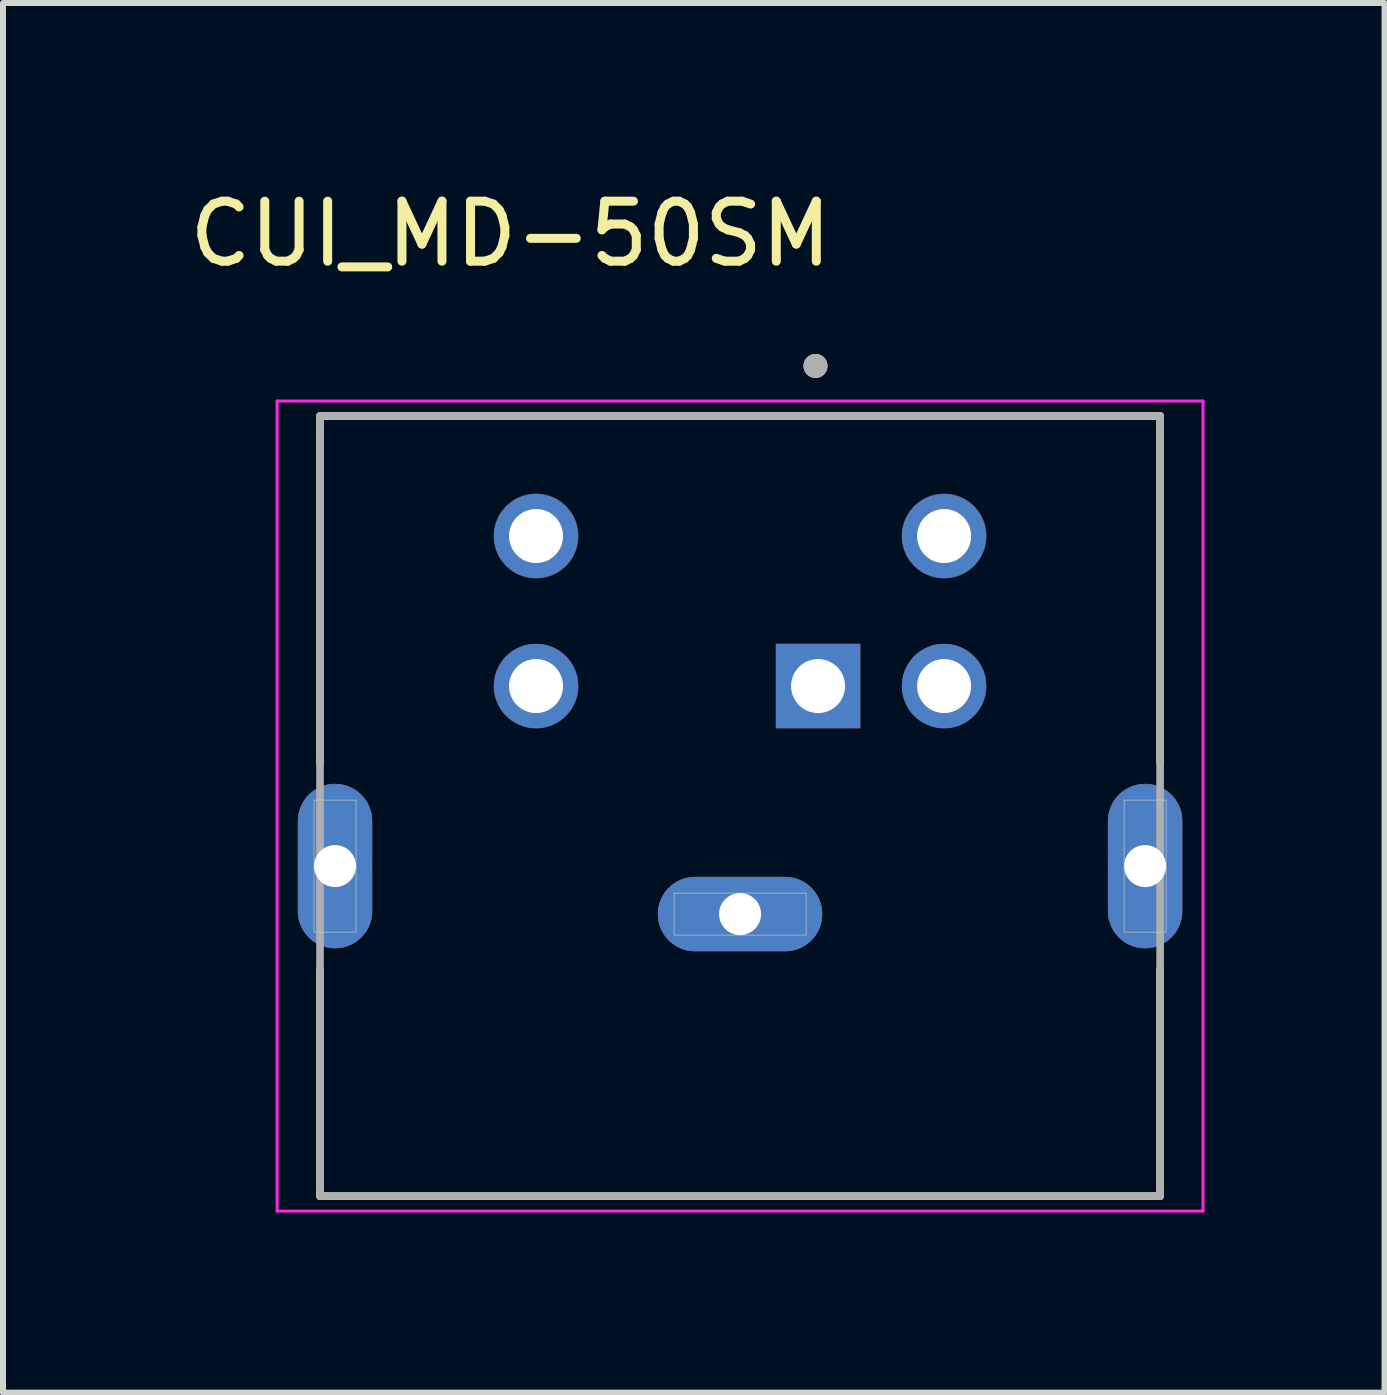
<source format=kicad_pcb>
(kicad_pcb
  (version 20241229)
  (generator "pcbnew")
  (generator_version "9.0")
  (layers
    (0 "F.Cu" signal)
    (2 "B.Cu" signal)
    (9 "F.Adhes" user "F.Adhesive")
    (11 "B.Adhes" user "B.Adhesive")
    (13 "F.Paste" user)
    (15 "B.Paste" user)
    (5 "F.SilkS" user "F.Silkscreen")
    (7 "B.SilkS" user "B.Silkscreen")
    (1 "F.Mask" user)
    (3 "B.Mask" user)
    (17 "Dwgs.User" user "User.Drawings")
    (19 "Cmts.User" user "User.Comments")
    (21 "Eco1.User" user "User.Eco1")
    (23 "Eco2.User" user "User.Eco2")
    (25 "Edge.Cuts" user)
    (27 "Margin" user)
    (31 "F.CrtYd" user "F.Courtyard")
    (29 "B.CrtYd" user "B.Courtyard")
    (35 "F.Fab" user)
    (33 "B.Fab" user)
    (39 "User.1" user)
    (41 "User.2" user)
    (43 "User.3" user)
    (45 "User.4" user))
  (footprint "CUI_MD-50SM"
    (layer "F.Cu")
    (at 9.283 12.183)
    (property "Reference" "CUI_MD-50SM" (at -3.825 -11.335 0) (layer "F.SilkS") (effects (font (size 1 1) (thickness 0.15))))
    (attr through_hole)
    (fp_poly (pts (xy -6.135 -1.55) (xy -6.135 -0.05) (xy -6.136 -0.018) (xy -6.138 0.014) (xy -6.143 0.046) (xy -6.148 0.078) (xy -6.156 0.109) (xy -6.165 0.14) (xy -6.176 0.17) (xy -6.188 0.2) (xy -6.202 0.229) (xy -6.217 0.257) (xy -6.234 0.285) (xy -6.252 0.311) (xy -6.272 0.337) (xy -6.293 0.362) (xy -6.315 0.385) (xy -6.338 0.407) (xy -6.363 0.428) (xy -6.389 0.448) (xy -6.415 0.466) (xy -6.442 0.483) (xy -6.471 0.498) (xy -6.5 0.512) (xy -6.53 0.524) (xy -6.56 0.535) (xy -6.591 0.544) (xy -6.622 0.552) (xy -6.654 0.557) (xy -6.686 0.562) (xy -6.718 0.564) (xy -6.75 0.565) (xy -6.782 0.564) (xy -6.814 0.562) (xy -6.846 0.557) (xy -6.878 0.552) (xy -6.909 0.544) (xy -6.94 0.535) (xy -6.97 0.524) (xy -7 0.512) (xy -7.029 0.498) (xy -7.058 0.483) (xy -7.085 0.466) (xy -7.111 0.448) (xy -7.137 0.428) (xy -7.162 0.407) (xy -7.185 0.385) (xy -7.207 0.362) (xy -7.228 0.337) (xy -7.248 0.311) (xy -7.266 0.285) (xy -7.283 0.257) (xy -7.298 0.229) (xy -7.312 0.2) (xy -7.324 0.17) (xy -7.335 0.14) (xy -7.344 0.109) (xy -7.352 0.078) (xy -7.357 0.046) (xy -7.362 0.014) (xy -7.364 -0.018) (xy -7.365 -0.05) (xy -7.365 -1.55) (xy -7.364 -1.582) (xy -7.362 -1.614) (xy -7.357 -1.646) (xy -7.352 -1.678) (xy -7.344 -1.709) (xy -7.335 -1.74) (xy -7.324 -1.77) (xy -7.312 -1.8) (xy -7.298 -1.829) (xy -7.283 -1.857) (xy -7.266 -1.885) (xy -7.248 -1.911) (xy -7.228 -1.937) (xy -7.207 -1.962) (xy -7.185 -1.985) (xy -7.162 -2.007) (xy -7.137 -2.028) (xy -7.111 -2.048) (xy -7.085 -2.066) (xy -7.058 -2.083) (xy -7.029 -2.098) (xy -7 -2.112) (xy -6.97 -2.124) (xy -6.94 -2.135) (xy -6.909 -2.144) (xy -6.878 -2.152) (xy -6.846 -2.157) (xy -6.814 -2.162) (xy -6.782 -2.164) (xy -6.75 -2.165) (xy -6.718 -2.164) (xy -6.686 -2.162) (xy -6.654 -2.157) (xy -6.622 -2.152) (xy -6.591 -2.144) (xy -6.56 -2.135) (xy -6.53 -2.124) (xy -6.5 -2.112) (xy -6.471 -2.098) (xy -6.442 -2.083) (xy -6.415 -2.066) (xy -6.389 -2.048) (xy -6.363 -2.028) (xy -6.338 -2.007) (xy -6.315 -1.985) (xy -6.293 -1.962) (xy -6.272 -1.937) (xy -6.252 -1.911) (xy -6.234 -1.885) (xy -6.217 -1.857) (xy -6.202 -1.829) (xy -6.188 -1.8) (xy -6.176 -1.77) (xy -6.165 -1.74) (xy -6.156 -1.709) (xy -6.148 -1.678) (xy -6.143 -1.646) (xy -6.138 -1.614) (xy -6.136 -1.582) (xy -6.135 -1.55)) (stroke (width 0.01) (type solid)) (fill yes) (layer "F.Cu"))
    (fp_poly (pts (xy 7.365 -1.55) (xy 7.365 -0.05) (xy 7.364 -0.018) (xy 7.362 0.014) (xy 7.357 0.046) (xy 7.352 0.078) (xy 7.344 0.109) (xy 7.335 0.14) (xy 7.324 0.17) (xy 7.312 0.2) (xy 7.298 0.229) (xy 7.283 0.257) (xy 7.266 0.285) (xy 7.248 0.311) (xy 7.228 0.337) (xy 7.207 0.362) (xy 7.185 0.385) (xy 7.162 0.407) (xy 7.137 0.428) (xy 7.111 0.448) (xy 7.085 0.466) (xy 7.058 0.483) (xy 7.029 0.498) (xy 7 0.512) (xy 6.97 0.524) (xy 6.94 0.535) (xy 6.909 0.544) (xy 6.878 0.552) (xy 6.846 0.557) (xy 6.814 0.562) (xy 6.782 0.564) (xy 6.75 0.565) (xy 6.718 0.564) (xy 6.686 0.562) (xy 6.654 0.557) (xy 6.622 0.552) (xy 6.591 0.544) (xy 6.56 0.535) (xy 6.53 0.524) (xy 6.5 0.512) (xy 6.471 0.498) (xy 6.442 0.483) (xy 6.415 0.466) (xy 6.389 0.448) (xy 6.363 0.428) (xy 6.338 0.407) (xy 6.315 0.385) (xy 6.293 0.362) (xy 6.272 0.337) (xy 6.252 0.311) (xy 6.234 0.285) (xy 6.217 0.257) (xy 6.202 0.229) (xy 6.188 0.2) (xy 6.176 0.17) (xy 6.165 0.14) (xy 6.156 0.109) (xy 6.148 0.078) (xy 6.143 0.046) (xy 6.138 0.014) (xy 6.136 -0.018) (xy 6.135 -0.05) (xy 6.135 -1.55) (xy 6.136 -1.582) (xy 6.138 -1.614) (xy 6.143 -1.646) (xy 6.148 -1.678) (xy 6.156 -1.709) (xy 6.165 -1.74) (xy 6.176 -1.77) (xy 6.188 -1.8) (xy 6.202 -1.829) (xy 6.217 -1.857) (xy 6.234 -1.885) (xy 6.252 -1.911) (xy 6.272 -1.937) (xy 6.293 -1.962) (xy 6.315 -1.985) (xy 6.338 -2.007) (xy 6.363 -2.028) (xy 6.389 -2.048) (xy 6.415 -2.066) (xy 6.442 -2.083) (xy 6.471 -2.098) (xy 6.5 -2.112) (xy 6.53 -2.124) (xy 6.56 -2.135) (xy 6.591 -2.144) (xy 6.622 -2.152) (xy 6.654 -2.157) (xy 6.686 -2.162) (xy 6.718 -2.164) (xy 6.75 -2.165) (xy 6.782 -2.164) (xy 6.814 -2.162) (xy 6.846 -2.157) (xy 6.878 -2.152) (xy 6.909 -2.144) (xy 6.94 -2.135) (xy 6.97 -2.124) (xy 7 -2.112) (xy 7.029 -2.098) (xy 7.058 -2.083) (xy 7.085 -2.066) (xy 7.111 -2.048) (xy 7.137 -2.028) (xy 7.162 -2.007) (xy 7.185 -1.985) (xy 7.207 -1.962) (xy 7.228 -1.937) (xy 7.248 -1.911) (xy 7.266 -1.885) (xy 7.283 -1.857) (xy 7.298 -1.829) (xy 7.312 -1.8) (xy 7.324 -1.77) (xy 7.335 -1.74) (xy 7.344 -1.709) (xy 7.352 -1.678) (xy 7.357 -1.646) (xy 7.362 -1.614) (xy 7.364 -1.582) (xy 7.365 -1.55)) (stroke (width 0.01) (type solid)) (fill yes) (layer "F.Cu"))
    (fp_poly (pts (xy 0 0.615) (xy -0.75 0.615) (xy -0.782 0.614) (xy -0.814 0.612) (xy -0.846 0.607) (xy -0.878 0.602) (xy -0.909 0.594) (xy -0.94 0.585) (xy -0.97 0.574) (xy -1 0.562) (xy -1.029 0.548) (xy -1.058 0.533) (xy -1.085 0.516) (xy -1.111 0.498) (xy -1.137 0.478) (xy -1.162 0.457) (xy -1.185 0.435) (xy -1.207 0.412) (xy -1.228 0.387) (xy -1.248 0.361) (xy -1.266 0.335) (xy -1.283 0.308) (xy -1.298 0.279) (xy -1.312 0.25) (xy -1.324 0.22) (xy -1.335 0.19) (xy -1.344 0.159) (xy -1.352 0.128) (xy -1.357 0.096) (xy -1.362 0.064) (xy -1.364 0.032) (xy -1.365 0) (xy -1.364 -0.032) (xy -1.362 -0.064) (xy -1.357 -0.096) (xy -1.352 -0.128) (xy -1.344 -0.159) (xy -1.335 -0.19) (xy -1.324 -0.22) (xy -1.312 -0.25) (xy -1.298 -0.279) (xy -1.283 -0.307) (xy -1.266 -0.335) (xy -1.248 -0.361) (xy -1.228 -0.387) (xy -1.207 -0.412) (xy -1.185 -0.435) (xy -1.162 -0.457) (xy -1.137 -0.478) (xy -1.111 -0.498) (xy -1.085 -0.516) (xy -1.058 -0.533) (xy -1.029 -0.548) (xy -1 -0.562) (xy -0.97 -0.574) (xy -0.94 -0.585) (xy -0.909 -0.594) (xy -0.878 -0.602) (xy -0.846 -0.607) (xy -0.814 -0.612) (xy -0.782 -0.614) (xy -0.75 -0.615) (xy 0 -0.615) (xy 0.75 -0.615) (xy 0.782 -0.614) (xy 0.814 -0.612) (xy 0.846 -0.607) (xy 0.878 -0.602) (xy 0.909 -0.594) (xy 0.94 -0.585) (xy 0.97 -0.574) (xy 1 -0.562) (xy 1.029 -0.548) (xy 1.058 -0.533) (xy 1.085 -0.516) (xy 1.111 -0.498) (xy 1.137 -0.478) (xy 1.162 -0.457) (xy 1.185 -0.435) (xy 1.207 -0.412) (xy 1.228 -0.387) (xy 1.248 -0.361) (xy 1.266 -0.335) (xy 1.283 -0.307) (xy 1.298 -0.279) (xy 1.312 -0.25) (xy 1.324 -0.22) (xy 1.335 -0.19) (xy 1.344 -0.159) (xy 1.352 -0.128) (xy 1.357 -0.096) (xy 1.362 -0.064) (xy 1.364 -0.032) (xy 1.365 0) (xy 1.364 0.032) (xy 1.362 0.064) (xy 1.357 0.096) (xy 1.352 0.128) (xy 1.344 0.159) (xy 1.335 0.19) (xy 1.324 0.22) (xy 1.312 0.25) (xy 1.298 0.279) (xy 1.283 0.307) (xy 1.266 0.335) (xy 1.248 0.361) (xy 1.228 0.387) (xy 1.207 0.412) (xy 1.185 0.435) (xy 1.162 0.457) (xy 1.137 0.478) (xy 1.111 0.498) (xy 1.085 0.516) (xy 1.058 0.533) (xy 1.029 0.548) (xy 1 0.562) (xy 0.97 0.574) (xy 0.94 0.585) (xy 0.909 0.594) (xy 0.878 0.602) (xy 0.846 0.607) (xy 0.814 0.612) (xy 0.782 0.614) (xy 0.75 0.615) (xy 0 0.615)) (stroke (width 0.01) (type solid)) (fill yes) (layer "F.Cu"))
    (fp_poly (pts (xy -6.035 -1.55) (xy -6.035 -0.05) (xy -6.036 -0.013) (xy -6.039 0.025) (xy -6.044 0.062) (xy -6.051 0.099) (xy -6.059 0.135) (xy -6.07 0.171) (xy -6.082 0.206) (xy -6.097 0.241) (xy -6.113 0.275) (xy -6.131 0.308) (xy -6.15 0.339) (xy -6.172 0.37) (xy -6.194 0.4) (xy -6.219 0.428) (xy -6.244 0.456) (xy -6.272 0.481) (xy -6.3 0.506) (xy -6.33 0.528) (xy -6.361 0.55) (xy -6.393 0.569) (xy -6.425 0.587) (xy -6.459 0.603) (xy -6.494 0.618) (xy -6.529 0.63) (xy -6.565 0.641) (xy -6.601 0.649) (xy -6.638 0.656) (xy -6.675 0.661) (xy -6.713 0.664) (xy -6.75 0.665) (xy -6.787 0.664) (xy -6.825 0.661) (xy -6.862 0.656) (xy -6.899 0.649) (xy -6.935 0.641) (xy -6.971 0.63) (xy -7.006 0.618) (xy -7.041 0.603) (xy -7.075 0.587) (xy -7.108 0.569) (xy -7.139 0.55) (xy -7.17 0.528) (xy -7.2 0.506) (xy -7.228 0.481) (xy -7.256 0.456) (xy -7.281 0.428) (xy -7.306 0.4) (xy -7.328 0.37) (xy -7.35 0.339) (xy -7.369 0.308) (xy -7.387 0.275) (xy -7.403 0.241) (xy -7.418 0.206) (xy -7.43 0.171) (xy -7.441 0.135) (xy -7.449 0.099) (xy -7.456 0.062) (xy -7.461 0.025) (xy -7.464 -0.013) (xy -7.465 -0.05) (xy -7.465 -1.55) (xy -7.464 -1.587) (xy -7.461 -1.625) (xy -7.456 -1.662) (xy -7.449 -1.699) (xy -7.441 -1.735) (xy -7.43 -1.771) (xy -7.418 -1.806) (xy -7.403 -1.841) (xy -7.387 -1.875) (xy -7.369 -1.908) (xy -7.35 -1.939) (xy -7.328 -1.97) (xy -7.306 -2) (xy -7.281 -2.028) (xy -7.256 -2.056) (xy -7.228 -2.081) (xy -7.2 -2.106) (xy -7.17 -2.128) (xy -7.139 -2.15) (xy -7.107 -2.169) (xy -7.075 -2.187) (xy -7.041 -2.203) (xy -7.006 -2.218) (xy -6.971 -2.23) (xy -6.935 -2.241) (xy -6.899 -2.249) (xy -6.862 -2.256) (xy -6.825 -2.261) (xy -6.787 -2.264) (xy -6.75 -2.265) (xy -6.713 -2.264) (xy -6.675 -2.261) (xy -6.638 -2.256) (xy -6.601 -2.249) (xy -6.565 -2.241) (xy -6.529 -2.23) (xy -6.494 -2.218) (xy -6.459 -2.203) (xy -6.425 -2.187) (xy -6.393 -2.169) (xy -6.361 -2.15) (xy -6.33 -2.128) (xy -6.3 -2.106) (xy -6.272 -2.081) (xy -6.244 -2.056) (xy -6.219 -2.028) (xy -6.194 -2) (xy -6.172 -1.97) (xy -6.15 -1.939) (xy -6.131 -1.908) (xy -6.113 -1.875) (xy -6.097 -1.841) (xy -6.082 -1.806) (xy -6.07 -1.771) (xy -6.059 -1.735) (xy -6.051 -1.699) (xy -6.044 -1.662) (xy -6.039 -1.625) (xy -6.036 -1.587) (xy -6.035 -1.55)) (stroke (width 0.01) (type solid)) (fill yes) (layer "F.Mask"))
    (fp_poly (pts (xy 7.465 -1.55) (xy 7.465 -0.05) (xy 7.464 -0.013) (xy 7.461 0.025) (xy 7.456 0.062) (xy 7.449 0.099) (xy 7.441 0.135) (xy 7.43 0.171) (xy 7.418 0.206) (xy 7.403 0.241) (xy 7.387 0.275) (xy 7.369 0.308) (xy 7.35 0.339) (xy 7.328 0.37) (xy 7.306 0.4) (xy 7.281 0.428) (xy 7.256 0.456) (xy 7.228 0.481) (xy 7.2 0.506) (xy 7.17 0.528) (xy 7.139 0.55) (xy 7.107 0.569) (xy 7.075 0.587) (xy 7.041 0.603) (xy 7.006 0.618) (xy 6.971 0.63) (xy 6.935 0.641) (xy 6.899 0.649) (xy 6.862 0.656) (xy 6.825 0.661) (xy 6.787 0.664) (xy 6.75 0.665) (xy 6.713 0.664) (xy 6.675 0.661) (xy 6.638 0.656) (xy 6.601 0.649) (xy 6.565 0.641) (xy 6.529 0.63) (xy 6.494 0.618) (xy 6.459 0.603) (xy 6.425 0.587) (xy 6.392 0.569) (xy 6.361 0.55) (xy 6.33 0.528) (xy 6.3 0.506) (xy 6.272 0.481) (xy 6.244 0.456) (xy 6.219 0.428) (xy 6.194 0.4) (xy 6.172 0.37) (xy 6.15 0.339) (xy 6.131 0.308) (xy 6.113 0.275) (xy 6.097 0.241) (xy 6.082 0.206) (xy 6.07 0.171) (xy 6.059 0.135) (xy 6.051 0.099) (xy 6.044 0.062) (xy 6.039 0.025) (xy 6.036 -0.013) (xy 6.035 -0.05) (xy 6.035 -1.55) (xy 6.036 -1.587) (xy 6.039 -1.625) (xy 6.044 -1.662) (xy 6.051 -1.699) (xy 6.059 -1.735) (xy 6.07 -1.771) (xy 6.082 -1.806) (xy 6.097 -1.841) (xy 6.113 -1.875) (xy 6.131 -1.908) (xy 6.15 -1.939) (xy 6.172 -1.97) (xy 6.194 -2) (xy 6.219 -2.028) (xy 6.244 -2.056) (xy 6.272 -2.081) (xy 6.3 -2.106) (xy 6.33 -2.128) (xy 6.361 -2.15) (xy 6.393 -2.169) (xy 6.425 -2.187) (xy 6.459 -2.203) (xy 6.494 -2.218) (xy 6.529 -2.23) (xy 6.565 -2.241) (xy 6.601 -2.249) (xy 6.638 -2.256) (xy 6.675 -2.261) (xy 6.713 -2.264) (xy 6.75 -2.265) (xy 6.787 -2.264) (xy 6.825 -2.261) (xy 6.862 -2.256) (xy 6.899 -2.249) (xy 6.935 -2.241) (xy 6.971 -2.23) (xy 7.006 -2.218) (xy 7.041 -2.203) (xy 7.075 -2.187) (xy 7.107 -2.169) (xy 7.139 -2.15) (xy 7.17 -2.128) (xy 7.2 -2.106) (xy 7.228 -2.081) (xy 7.256 -2.056) (xy 7.281 -2.028) (xy 7.306 -2) (xy 7.328 -1.97) (xy 7.35 -1.939) (xy 7.369 -1.908) (xy 7.387 -1.875) (xy 7.403 -1.841) (xy 7.418 -1.806) (xy 7.43 -1.771) (xy 7.441 -1.735) (xy 7.449 -1.699) (xy 7.456 -1.662) (xy 7.461 -1.625) (xy 7.464 -1.587) (xy 7.465 -1.55)) (stroke (width 0.01) (type solid)) (fill yes) (layer "F.Mask"))
    (fp_poly (pts (xy 0 0.715) (xy -0.75 0.715) (xy -0.787 0.714) (xy -0.825 0.711) (xy -0.862 0.706) (xy -0.899 0.699) (xy -0.935 0.691) (xy -0.971 0.68) (xy -1.006 0.668) (xy -1.041 0.653) (xy -1.075 0.637) (xy -1.107 0.619) (xy -1.139 0.6) (xy -1.17 0.578) (xy -1.2 0.556) (xy -1.228 0.531) (xy -1.256 0.506) (xy -1.281 0.478) (xy -1.306 0.45) (xy -1.328 0.42) (xy -1.35 0.389) (xy -1.369 0.357) (xy -1.387 0.325) (xy -1.403 0.291) (xy -1.418 0.256) (xy -1.43 0.221) (xy -1.441 0.185) (xy -1.449 0.149) (xy -1.456 0.112) (xy -1.461 0.075) (xy -1.464 0.037) (xy -1.465 0) (xy -1.464 -0.037) (xy -1.461 -0.075) (xy -1.456 -0.112) (xy -1.449 -0.149) (xy -1.441 -0.185) (xy -1.43 -0.221) (xy -1.418 -0.256) (xy -1.403 -0.291) (xy -1.387 -0.325) (xy -1.369 -0.357) (xy -1.35 -0.389) (xy -1.328 -0.42) (xy -1.306 -0.45) (xy -1.281 -0.478) (xy -1.256 -0.506) (xy -1.228 -0.531) (xy -1.2 -0.556) (xy -1.17 -0.578) (xy -1.139 -0.6) (xy -1.107 -0.619) (xy -1.075 -0.637) (xy -1.041 -0.653) (xy -1.006 -0.668) (xy -0.971 -0.68) (xy -0.935 -0.691) (xy -0.899 -0.699) (xy -0.862 -0.706) (xy -0.825 -0.711) (xy -0.787 -0.714) (xy -0.75 -0.715) (xy 0 -0.715) (xy 0.75 -0.715) (xy 0.787 -0.714) (xy 0.825 -0.711) (xy 0.862 -0.706) (xy 0.899 -0.699) (xy 0.935 -0.691) (xy 0.971 -0.68) (xy 1.006 -0.668) (xy 1.041 -0.653) (xy 1.075 -0.637) (xy 1.107 -0.619) (xy 1.139 -0.6) (xy 1.17 -0.578) (xy 1.2 -0.556) (xy 1.228 -0.531) (xy 1.256 -0.506) (xy 1.281 -0.478) (xy 1.306 -0.45) (xy 1.328 -0.42) (xy 1.35 -0.389) (xy 1.369 -0.357) (xy 1.387 -0.325) (xy 1.403 -0.291) (xy 1.418 -0.256) (xy 1.43 -0.221) (xy 1.441 -0.185) (xy 1.449 -0.149) (xy 1.456 -0.112) (xy 1.461 -0.075) (xy 1.464 -0.037) (xy 1.465 0) (xy 1.464 0.037) (xy 1.461 0.075) (xy 1.456 0.112) (xy 1.449 0.149) (xy 1.441 0.185) (xy 1.43 0.221) (xy 1.418 0.256) (xy 1.403 0.291) (xy 1.387 0.325) (xy 1.369 0.357) (xy 1.35 0.389) (xy 1.328 0.42) (xy 1.306 0.45) (xy 1.281 0.478) (xy 1.256 0.506) (xy 1.228 0.531) (xy 1.2 0.556) (xy 1.17 0.578) (xy 1.139 0.6) (xy 1.107 0.619) (xy 1.075 0.637) (xy 1.041 0.653) (xy 1.006 0.668) (xy 0.971 0.68) (xy 0.935 0.691) (xy 0.899 0.699) (xy 0.862 0.706) (xy 0.825 0.711) (xy 0.787 0.714) (xy 0.75 0.715) (xy 0 0.715)) (stroke (width 0.01) (type solid)) (fill yes) (layer "F.Mask"))
    (fp_poly (pts (xy -6.135 -1.55) (xy -6.135 -0.05) (xy -6.136 -0.018) (xy -6.138 0.014) (xy -6.143 0.046) (xy -6.148 0.078) (xy -6.156 0.109) (xy -6.165 0.14) (xy -6.176 0.17) (xy -6.188 0.2) (xy -6.202 0.229) (xy -6.217 0.257) (xy -6.234 0.285) (xy -6.252 0.311) (xy -6.272 0.337) (xy -6.293 0.362) (xy -6.315 0.385) (xy -6.338 0.407) (xy -6.363 0.428) (xy -6.389 0.448) (xy -6.415 0.466) (xy -6.442 0.483) (xy -6.471 0.498) (xy -6.5 0.512) (xy -6.53 0.524) (xy -6.56 0.535) (xy -6.591 0.544) (xy -6.622 0.552) (xy -6.654 0.557) (xy -6.686 0.562) (xy -6.718 0.564) (xy -6.75 0.565) (xy -6.782 0.564) (xy -6.814 0.562) (xy -6.846 0.557) (xy -6.878 0.552) (xy -6.909 0.544) (xy -6.94 0.535) (xy -6.97 0.524) (xy -7 0.512) (xy -7.029 0.498) (xy -7.058 0.483) (xy -7.085 0.466) (xy -7.111 0.448) (xy -7.137 0.428) (xy -7.162 0.407) (xy -7.185 0.385) (xy -7.207 0.362) (xy -7.228 0.337) (xy -7.248 0.311) (xy -7.266 0.285) (xy -7.283 0.257) (xy -7.298 0.229) (xy -7.312 0.2) (xy -7.324 0.17) (xy -7.335 0.14) (xy -7.344 0.109) (xy -7.352 0.078) (xy -7.357 0.046) (xy -7.362 0.014) (xy -7.364 -0.018) (xy -7.365 -0.05) (xy -7.365 -1.55) (xy -7.364 -1.582) (xy -7.362 -1.614) (xy -7.357 -1.646) (xy -7.352 -1.678) (xy -7.344 -1.709) (xy -7.335 -1.74) (xy -7.324 -1.77) (xy -7.312 -1.8) (xy -7.298 -1.829) (xy -7.283 -1.857) (xy -7.266 -1.885) (xy -7.248 -1.911) (xy -7.228 -1.937) (xy -7.207 -1.962) (xy -7.185 -1.985) (xy -7.162 -2.007) (xy -7.137 -2.028) (xy -7.111 -2.048) (xy -7.085 -2.066) (xy -7.058 -2.083) (xy -7.029 -2.098) (xy -7 -2.112) (xy -6.97 -2.124) (xy -6.94 -2.135) (xy -6.909 -2.144) (xy -6.878 -2.152) (xy -6.846 -2.157) (xy -6.814 -2.162) (xy -6.782 -2.164) (xy -6.75 -2.165) (xy -6.718 -2.164) (xy -6.686 -2.162) (xy -6.654 -2.157) (xy -6.622 -2.152) (xy -6.591 -2.144) (xy -6.56 -2.135) (xy -6.53 -2.124) (xy -6.5 -2.112) (xy -6.471 -2.098) (xy -6.442 -2.083) (xy -6.415 -2.066) (xy -6.389 -2.048) (xy -6.363 -2.028) (xy -6.338 -2.007) (xy -6.315 -1.985) (xy -6.293 -1.962) (xy -6.272 -1.937) (xy -6.252 -1.911) (xy -6.234 -1.885) (xy -6.217 -1.857) (xy -6.202 -1.829) (xy -6.188 -1.8) (xy -6.176 -1.77) (xy -6.165 -1.74) (xy -6.156 -1.709) (xy -6.148 -1.678) (xy -6.143 -1.646) (xy -6.138 -1.614) (xy -6.136 -1.582) (xy -6.135 -1.55)) (stroke (width 0.01) (type solid)) (fill yes) (layer "B.Cu"))
    (fp_poly (pts (xy 7.365 -1.55) (xy 7.365 -0.05) (xy 7.364 -0.018) (xy 7.362 0.014) (xy 7.357 0.046) (xy 7.352 0.078) (xy 7.344 0.109) (xy 7.335 0.14) (xy 7.324 0.17) (xy 7.312 0.2) (xy 7.298 0.229) (xy 7.283 0.257) (xy 7.266 0.285) (xy 7.248 0.311) (xy 7.228 0.337) (xy 7.207 0.362) (xy 7.185 0.385) (xy 7.162 0.407) (xy 7.137 0.428) (xy 7.111 0.448) (xy 7.085 0.466) (xy 7.058 0.483) (xy 7.029 0.498) (xy 7 0.512) (xy 6.97 0.524) (xy 6.94 0.535) (xy 6.909 0.544) (xy 6.878 0.552) (xy 6.846 0.557) (xy 6.814 0.562) (xy 6.782 0.564) (xy 6.75 0.565) (xy 6.718 0.564) (xy 6.686 0.562) (xy 6.654 0.557) (xy 6.622 0.552) (xy 6.591 0.544) (xy 6.56 0.535) (xy 6.53 0.524) (xy 6.5 0.512) (xy 6.471 0.498) (xy 6.442 0.483) (xy 6.415 0.466) (xy 6.389 0.448) (xy 6.363 0.428) (xy 6.338 0.407) (xy 6.315 0.385) (xy 6.293 0.362) (xy 6.272 0.337) (xy 6.252 0.311) (xy 6.234 0.285) (xy 6.217 0.257) (xy 6.202 0.229) (xy 6.188 0.2) (xy 6.176 0.17) (xy 6.165 0.14) (xy 6.156 0.109) (xy 6.148 0.078) (xy 6.143 0.046) (xy 6.138 0.014) (xy 6.136 -0.018) (xy 6.135 -0.05) (xy 6.135 -1.55) (xy 6.136 -1.582) (xy 6.138 -1.614) (xy 6.143 -1.646) (xy 6.148 -1.678) (xy 6.156 -1.709) (xy 6.165 -1.74) (xy 6.176 -1.77) (xy 6.188 -1.8) (xy 6.202 -1.829) (xy 6.217 -1.857) (xy 6.234 -1.885) (xy 6.252 -1.911) (xy 6.272 -1.937) (xy 6.293 -1.962) (xy 6.315 -1.985) (xy 6.338 -2.007) (xy 6.363 -2.028) (xy 6.389 -2.048) (xy 6.415 -2.066) (xy 6.442 -2.083) (xy 6.471 -2.098) (xy 6.5 -2.112) (xy 6.53 -2.124) (xy 6.56 -2.135) (xy 6.591 -2.144) (xy 6.622 -2.152) (xy 6.654 -2.157) (xy 6.686 -2.162) (xy 6.718 -2.164) (xy 6.75 -2.165) (xy 6.782 -2.164) (xy 6.814 -2.162) (xy 6.846 -2.157) (xy 6.878 -2.152) (xy 6.909 -2.144) (xy 6.94 -2.135) (xy 6.97 -2.124) (xy 7 -2.112) (xy 7.029 -2.098) (xy 7.058 -2.083) (xy 7.085 -2.066) (xy 7.111 -2.048) (xy 7.137 -2.028) (xy 7.162 -2.007) (xy 7.185 -1.985) (xy 7.207 -1.962) (xy 7.228 -1.937) (xy 7.248 -1.911) (xy 7.266 -1.885) (xy 7.283 -1.857) (xy 7.298 -1.829) (xy 7.312 -1.8) (xy 7.324 -1.77) (xy 7.335 -1.74) (xy 7.344 -1.709) (xy 7.352 -1.678) (xy 7.357 -1.646) (xy 7.362 -1.614) (xy 7.364 -1.582) (xy 7.365 -1.55)) (stroke (width 0.01) (type solid)) (fill yes) (layer "B.Cu"))
    (fp_poly (pts (xy 0 0.615) (xy -0.75 0.615) (xy -0.782 0.614) (xy -0.814 0.612) (xy -0.846 0.607) (xy -0.878 0.602) (xy -0.909 0.594) (xy -0.94 0.585) (xy -0.97 0.574) (xy -1 0.562) (xy -1.029 0.548) (xy -1.058 0.533) (xy -1.085 0.516) (xy -1.111 0.498) (xy -1.137 0.478) (xy -1.162 0.457) (xy -1.185 0.435) (xy -1.207 0.412) (xy -1.228 0.387) (xy -1.248 0.361) (xy -1.266 0.335) (xy -1.283 0.308) (xy -1.298 0.279) (xy -1.312 0.25) (xy -1.324 0.22) (xy -1.335 0.19) (xy -1.344 0.159) (xy -1.352 0.128) (xy -1.357 0.096) (xy -1.362 0.064) (xy -1.364 0.032) (xy -1.365 0) (xy -1.364 -0.032) (xy -1.362 -0.064) (xy -1.357 -0.096) (xy -1.352 -0.128) (xy -1.344 -0.159) (xy -1.335 -0.19) (xy -1.324 -0.22) (xy -1.312 -0.25) (xy -1.298 -0.279) (xy -1.283 -0.307) (xy -1.266 -0.335) (xy -1.248 -0.361) (xy -1.228 -0.387) (xy -1.207 -0.412) (xy -1.185 -0.435) (xy -1.162 -0.457) (xy -1.137 -0.478) (xy -1.111 -0.498) (xy -1.085 -0.516) (xy -1.058 -0.533) (xy -1.029 -0.548) (xy -1 -0.562) (xy -0.97 -0.574) (xy -0.94 -0.585) (xy -0.909 -0.594) (xy -0.878 -0.602) (xy -0.846 -0.607) (xy -0.814 -0.612) (xy -0.782 -0.614) (xy -0.75 -0.615) (xy 0 -0.615) (xy 0.75 -0.615) (xy 0.782 -0.614) (xy 0.814 -0.612) (xy 0.846 -0.607) (xy 0.878 -0.602) (xy 0.909 -0.594) (xy 0.94 -0.585) (xy 0.97 -0.574) (xy 1 -0.562) (xy 1.029 -0.548) (xy 1.058 -0.533) (xy 1.085 -0.516) (xy 1.111 -0.498) (xy 1.137 -0.478) (xy 1.162 -0.457) (xy 1.185 -0.435) (xy 1.207 -0.412) (xy 1.228 -0.387) (xy 1.248 -0.361) (xy 1.266 -0.335) (xy 1.283 -0.307) (xy 1.298 -0.279) (xy 1.312 -0.25) (xy 1.324 -0.22) (xy 1.335 -0.19) (xy 1.344 -0.159) (xy 1.352 -0.128) (xy 1.357 -0.096) (xy 1.362 -0.064) (xy 1.364 -0.032) (xy 1.365 0) (xy 1.364 0.032) (xy 1.362 0.064) (xy 1.357 0.096) (xy 1.352 0.128) (xy 1.344 0.159) (xy 1.335 0.19) (xy 1.324 0.22) (xy 1.312 0.25) (xy 1.298 0.279) (xy 1.283 0.307) (xy 1.266 0.335) (xy 1.248 0.361) (xy 1.228 0.387) (xy 1.207 0.412) (xy 1.185 0.435) (xy 1.162 0.457) (xy 1.137 0.478) (xy 1.111 0.498) (xy 1.085 0.516) (xy 1.058 0.533) (xy 1.029 0.548) (xy 1 0.562) (xy 0.97 0.574) (xy 0.94 0.585) (xy 0.909 0.594) (xy 0.878 0.602) (xy 0.846 0.607) (xy 0.814 0.612) (xy 0.782 0.614) (xy 0.75 0.615) (xy 0 0.615)) (stroke (width 0.01) (type solid)) (fill yes) (layer "B.Cu"))
    (fp_poly (pts (xy -6.035 -1.55) (xy -6.035 -0.05) (xy -6.036 -0.013) (xy -6.039 0.025) (xy -6.044 0.062) (xy -6.051 0.099) (xy -6.059 0.135) (xy -6.07 0.171) (xy -6.082 0.206) (xy -6.097 0.241) (xy -6.113 0.275) (xy -6.131 0.308) (xy -6.15 0.339) (xy -6.172 0.37) (xy -6.194 0.4) (xy -6.219 0.428) (xy -6.244 0.456) (xy -6.272 0.481) (xy -6.3 0.506) (xy -6.33 0.528) (xy -6.361 0.55) (xy -6.393 0.569) (xy -6.425 0.587) (xy -6.459 0.603) (xy -6.494 0.618) (xy -6.529 0.63) (xy -6.565 0.641) (xy -6.601 0.649) (xy -6.638 0.656) (xy -6.675 0.661) (xy -6.713 0.664) (xy -6.75 0.665) (xy -6.787 0.664) (xy -6.825 0.661) (xy -6.862 0.656) (xy -6.899 0.649) (xy -6.935 0.641) (xy -6.971 0.63) (xy -7.006 0.618) (xy -7.041 0.603) (xy -7.075 0.587) (xy -7.108 0.569) (xy -7.139 0.55) (xy -7.17 0.528) (xy -7.2 0.506) (xy -7.228 0.481) (xy -7.256 0.456) (xy -7.281 0.428) (xy -7.306 0.4) (xy -7.328 0.37) (xy -7.35 0.339) (xy -7.369 0.308) (xy -7.387 0.275) (xy -7.403 0.241) (xy -7.418 0.206) (xy -7.43 0.171) (xy -7.441 0.135) (xy -7.449 0.099) (xy -7.456 0.062) (xy -7.461 0.025) (xy -7.464 -0.013) (xy -7.465 -0.05) (xy -7.465 -1.55) (xy -7.464 -1.587) (xy -7.461 -1.625) (xy -7.456 -1.662) (xy -7.449 -1.699) (xy -7.441 -1.735) (xy -7.43 -1.771) (xy -7.418 -1.806) (xy -7.403 -1.841) (xy -7.387 -1.875) (xy -7.369 -1.908) (xy -7.35 -1.939) (xy -7.328 -1.97) (xy -7.306 -2) (xy -7.281 -2.028) (xy -7.256 -2.056) (xy -7.228 -2.081) (xy -7.2 -2.106) (xy -7.17 -2.128) (xy -7.139 -2.15) (xy -7.107 -2.169) (xy -7.075 -2.187) (xy -7.041 -2.203) (xy -7.006 -2.218) (xy -6.971 -2.23) (xy -6.935 -2.241) (xy -6.899 -2.249) (xy -6.862 -2.256) (xy -6.825 -2.261) (xy -6.787 -2.264) (xy -6.75 -2.265) (xy -6.713 -2.264) (xy -6.675 -2.261) (xy -6.638 -2.256) (xy -6.601 -2.249) (xy -6.565 -2.241) (xy -6.529 -2.23) (xy -6.494 -2.218) (xy -6.459 -2.203) (xy -6.425 -2.187) (xy -6.393 -2.169) (xy -6.361 -2.15) (xy -6.33 -2.128) (xy -6.3 -2.106) (xy -6.272 -2.081) (xy -6.244 -2.056) (xy -6.219 -2.028) (xy -6.194 -2) (xy -6.172 -1.97) (xy -6.15 -1.939) (xy -6.131 -1.908) (xy -6.113 -1.875) (xy -6.097 -1.841) (xy -6.082 -1.806) (xy -6.07 -1.771) (xy -6.059 -1.735) (xy -6.051 -1.699) (xy -6.044 -1.662) (xy -6.039 -1.625) (xy -6.036 -1.587) (xy -6.035 -1.55)) (stroke (width 0.01) (type solid)) (fill yes) (layer "B.Mask"))
    (fp_poly (pts (xy 7.465 -1.55) (xy 7.465 -0.05) (xy 7.464 -0.013) (xy 7.461 0.025) (xy 7.456 0.062) (xy 7.449 0.099) (xy 7.441 0.135) (xy 7.43 0.171) (xy 7.418 0.206) (xy 7.403 0.241) (xy 7.387 0.275) (xy 7.369 0.308) (xy 7.35 0.339) (xy 7.328 0.37) (xy 7.306 0.4) (xy 7.281 0.428) (xy 7.256 0.456) (xy 7.228 0.481) (xy 7.2 0.506) (xy 7.17 0.528) (xy 7.139 0.55) (xy 7.107 0.569) (xy 7.075 0.587) (xy 7.041 0.603) (xy 7.006 0.618) (xy 6.971 0.63) (xy 6.935 0.641) (xy 6.899 0.649) (xy 6.862 0.656) (xy 6.825 0.661) (xy 6.787 0.664) (xy 6.75 0.665) (xy 6.713 0.664) (xy 6.675 0.661) (xy 6.638 0.656) (xy 6.601 0.649) (xy 6.565 0.641) (xy 6.529 0.63) (xy 6.494 0.618) (xy 6.459 0.603) (xy 6.425 0.587) (xy 6.392 0.569) (xy 6.361 0.55) (xy 6.33 0.528) (xy 6.3 0.506) (xy 6.272 0.481) (xy 6.244 0.456) (xy 6.219 0.428) (xy 6.194 0.4) (xy 6.172 0.37) (xy 6.15 0.339) (xy 6.131 0.308) (xy 6.113 0.275) (xy 6.097 0.241) (xy 6.082 0.206) (xy 6.07 0.171) (xy 6.059 0.135) (xy 6.051 0.099) (xy 6.044 0.062) (xy 6.039 0.025) (xy 6.036 -0.013) (xy 6.035 -0.05) (xy 6.035 -1.55) (xy 6.036 -1.587) (xy 6.039 -1.625) (xy 6.044 -1.662) (xy 6.051 -1.699) (xy 6.059 -1.735) (xy 6.07 -1.771) (xy 6.082 -1.806) (xy 6.097 -1.841) (xy 6.113 -1.875) (xy 6.131 -1.908) (xy 6.15 -1.939) (xy 6.172 -1.97) (xy 6.194 -2) (xy 6.219 -2.028) (xy 6.244 -2.056) (xy 6.272 -2.081) (xy 6.3 -2.106) (xy 6.33 -2.128) (xy 6.361 -2.15) (xy 6.393 -2.169) (xy 6.425 -2.187) (xy 6.459 -2.203) (xy 6.494 -2.218) (xy 6.529 -2.23) (xy 6.565 -2.241) (xy 6.601 -2.249) (xy 6.638 -2.256) (xy 6.675 -2.261) (xy 6.713 -2.264) (xy 6.75 -2.265) (xy 6.787 -2.264) (xy 6.825 -2.261) (xy 6.862 -2.256) (xy 6.899 -2.249) (xy 6.935 -2.241) (xy 6.971 -2.23) (xy 7.006 -2.218) (xy 7.041 -2.203) (xy 7.075 -2.187) (xy 7.107 -2.169) (xy 7.139 -2.15) (xy 7.17 -2.128) (xy 7.2 -2.106) (xy 7.228 -2.081) (xy 7.256 -2.056) (xy 7.281 -2.028) (xy 7.306 -2) (xy 7.328 -1.97) (xy 7.35 -1.939) (xy 7.369 -1.908) (xy 7.387 -1.875) (xy 7.403 -1.841) (xy 7.418 -1.806) (xy 7.43 -1.771) (xy 7.441 -1.735) (xy 7.449 -1.699) (xy 7.456 -1.662) (xy 7.461 -1.625) (xy 7.464 -1.587) (xy 7.465 -1.55)) (stroke (width 0.01) (type solid)) (fill yes) (layer "B.Mask"))
    (fp_poly (pts (xy 0 0.715) (xy -0.75 0.715) (xy -0.787 0.714) (xy -0.825 0.711) (xy -0.862 0.706) (xy -0.899 0.699) (xy -0.935 0.691) (xy -0.971 0.68) (xy -1.006 0.668) (xy -1.041 0.653) (xy -1.075 0.637) (xy -1.107 0.619) (xy -1.139 0.6) (xy -1.17 0.578) (xy -1.2 0.556) (xy -1.228 0.531) (xy -1.256 0.506) (xy -1.281 0.478) (xy -1.306 0.45) (xy -1.328 0.42) (xy -1.35 0.389) (xy -1.369 0.357) (xy -1.387 0.325) (xy -1.403 0.291) (xy -1.418 0.256) (xy -1.43 0.221) (xy -1.441 0.185) (xy -1.449 0.149) (xy -1.456 0.112) (xy -1.461 0.075) (xy -1.464 0.037) (xy -1.465 0) (xy -1.464 -0.037) (xy -1.461 -0.075) (xy -1.456 -0.112) (xy -1.449 -0.149) (xy -1.441 -0.185) (xy -1.43 -0.221) (xy -1.418 -0.256) (xy -1.403 -0.291) (xy -1.387 -0.325) (xy -1.369 -0.357) (xy -1.35 -0.389) (xy -1.328 -0.42) (xy -1.306 -0.45) (xy -1.281 -0.478) (xy -1.256 -0.506) (xy -1.228 -0.531) (xy -1.2 -0.556) (xy -1.17 -0.578) (xy -1.139 -0.6) (xy -1.107 -0.619) (xy -1.075 -0.637) (xy -1.041 -0.653) (xy -1.006 -0.668) (xy -0.971 -0.68) (xy -0.935 -0.691) (xy -0.899 -0.699) (xy -0.862 -0.706) (xy -0.825 -0.711) (xy -0.787 -0.714) (xy -0.75 -0.715) (xy 0 -0.715) (xy 0.75 -0.715) (xy 0.787 -0.714) (xy 0.825 -0.711) (xy 0.862 -0.706) (xy 0.899 -0.699) (xy 0.935 -0.691) (xy 0.971 -0.68) (xy 1.006 -0.668) (xy 1.041 -0.653) (xy 1.075 -0.637) (xy 1.107 -0.619) (xy 1.139 -0.6) (xy 1.17 -0.578) (xy 1.2 -0.556) (xy 1.228 -0.531) (xy 1.256 -0.506) (xy 1.281 -0.478) (xy 1.306 -0.45) (xy 1.328 -0.42) (xy 1.35 -0.389) (xy 1.369 -0.357) (xy 1.387 -0.325) (xy 1.403 -0.291) (xy 1.418 -0.256) (xy 1.43 -0.221) (xy 1.441 -0.185) (xy 1.449 -0.149) (xy 1.456 -0.112) (xy 1.461 -0.075) (xy 1.464 -0.037) (xy 1.465 0) (xy 1.464 0.037) (xy 1.461 0.075) (xy 1.456 0.112) (xy 1.449 0.149) (xy 1.441 0.185) (xy 1.43 0.221) (xy 1.418 0.256) (xy 1.403 0.291) (xy 1.387 0.325) (xy 1.369 0.357) (xy 1.35 0.389) (xy 1.328 0.42) (xy 1.306 0.45) (xy 1.281 0.478) (xy 1.256 0.506) (xy 1.228 0.531) (xy 1.2 0.556) (xy 1.17 0.578) (xy 1.139 0.6) (xy 1.107 0.619) (xy 1.075 0.637) (xy 1.041 0.653) (xy 1.006 0.668) (xy 0.971 0.68) (xy 0.935 0.691) (xy 0.899 0.699) (xy 0.862 0.706) (xy 0.825 0.711) (xy 0.787 0.714) (xy 0.75 0.715) (xy 0 0.715)) (stroke (width 0.01) (type solid)) (fill yes) (layer "B.Mask"))
    (fp_line (start -7 -8.3) (end 7 -8.3) (stroke (width 0.127) (type solid)) (layer "F.SilkS"))
    (fp_line (start -7 -2.515) (end -7 -8.3) (stroke (width 0.127) (type solid)) (layer "F.SilkS"))
    (fp_line (start -7 4.7) (end -7 0.915) (stroke (width 0.127) (type solid)) (layer "F.SilkS"))
    (fp_line (start 7 -8.3) (end 7 -2.515) (stroke (width 0.127) (type solid)) (layer "F.SilkS"))
    (fp_line (start 7 4.7) (end -7 4.7) (stroke (width 0.127) (type solid)) (layer "F.SilkS"))
    (fp_line (start 7 4.7) (end 7 0.915) (stroke (width 0.127) (type solid)) (layer "F.SilkS"))
    (fp_circle (center 1.257 -9.134) (end 1.357 -9.134) (stroke (width 0.2) (type solid)) (fill no) (layer "F.SilkS"))
    (fp_line (start -7.1 -1.9) (end -6.4 -1.9) (stroke (width 0.01) (type solid)) (layer "Edge.Cuts"))
    (fp_line (start -7.1 0.3) (end -7.1 -1.9) (stroke (width 0.01) (type solid)) (layer "Edge.Cuts"))
    (fp_line (start -6.4 -1.9) (end -6.4 0.3) (stroke (width 0.01) (type solid)) (layer "Edge.Cuts"))
    (fp_line (start -6.4 0.3) (end -7.1 0.3) (stroke (width 0.01) (type solid)) (layer "Edge.Cuts"))
    (fp_line (start -1.1 -0.35) (end 1.1 -0.35) (stroke (width 0.01) (type solid)) (layer "Edge.Cuts"))
    (fp_line (start -1.1 0.35) (end -1.1 -0.35) (stroke (width 0.01) (type solid)) (layer "Edge.Cuts"))
    (fp_line (start 1.1 -0.35) (end 1.1 0.35) (stroke (width 0.01) (type solid)) (layer "Edge.Cuts"))
    (fp_line (start 1.1 0.35) (end -1.1 0.35) (stroke (width 0.01) (type solid)) (layer "Edge.Cuts"))
    (fp_line (start 6.4 -1.9) (end 7.1 -1.9) (stroke (width 0.01) (type solid)) (layer "Edge.Cuts"))
    (fp_line (start 6.4 0.3) (end 6.4 -1.9) (stroke (width 0.01) (type solid)) (layer "Edge.Cuts"))
    (fp_line (start 7.1 -1.9) (end 7.1 0.3) (stroke (width 0.01) (type solid)) (layer "Edge.Cuts"))
    (fp_line (start 7.1 0.3) (end 6.4 0.3) (stroke (width 0.01) (type solid)) (layer "Edge.Cuts"))
    (fp_line (start -7.715 -8.55) (end -7.715 4.95) (stroke (width 0.05) (type solid)) (layer "F.CrtYd"))
    (fp_line (start -7.715 4.95) (end 7.715 4.95) (stroke (width 0.05) (type solid)) (layer "F.CrtYd"))
    (fp_line (start 7.715 -8.55) (end -7.715 -8.55) (stroke (width 0.05) (type solid)) (layer "F.CrtYd"))
    (fp_line (start 7.715 4.95) (end 7.715 -8.55) (stroke (width 0.05) (type solid)) (layer "F.CrtYd"))
    (fp_line (start -7 -8.3) (end 7 -8.3) (stroke (width 0.127) (type solid)) (layer "F.Fab"))
    (fp_line (start -7 4.7) (end -7 -8.3) (stroke (width 0.127) (type solid)) (layer "F.Fab"))
    (fp_line (start 7 -8.3) (end 7 4.7) (stroke (width 0.127) (type solid)) (layer "F.Fab"))
    (fp_line (start 7 4.7) (end -7 4.7) (stroke (width 0.127) (type solid)) (layer "F.Fab"))
    (fp_circle (center 1.257 -9.134) (end 1.357 -9.134) (stroke (width 0.2) (type solid)) (fill no) (layer "F.Fab"))
    (pad "1" thru_hole rect (at 1.3 -3.8) (size 1.408 1.408) (drill 0.9) (layers "*.Cu" "*.Mask"))
    (pad "2" thru_hole circle (at 3.4 -3.8) (size 1.408 1.408) (drill 0.9) (layers "*.Cu" "*.Mask"))
    (pad "3" thru_hole circle (at -3.4 -3.8) (size 1.408 1.408) (drill 0.9) (layers "*.Cu" "*.Mask"))
    (pad "4" thru_hole circle (at 3.4 -6.3) (size 1.408 1.408) (drill 0.9) (layers "*.Cu" "*.Mask"))
    (pad "5" thru_hole circle (at -3.4 -6.3) (size 1.408 1.408) (drill 0.9) (layers "*.Cu" "*.Mask"))
    (pad "S1" thru_hole circle (at 0 0) (size 1.23 1.23) (drill 0.7) (layers "*.Cu"))
    (pad "S2" thru_hole circle (at -6.75 -0.8) (size 1.23 1.23) (drill 0.7) (layers "*.Cu"))
    (pad "S3" thru_hole circle (at 6.75 -0.8) (size 1.23 1.23) (drill 0.7) (layers "*.Cu")))
  (gr_rect
    (start -3 -3)
    (end 20.023 20.158)
    (stroke (width 0.1) (type default))
    (fill no)
    (layer "Edge.Cuts")))
</source>
